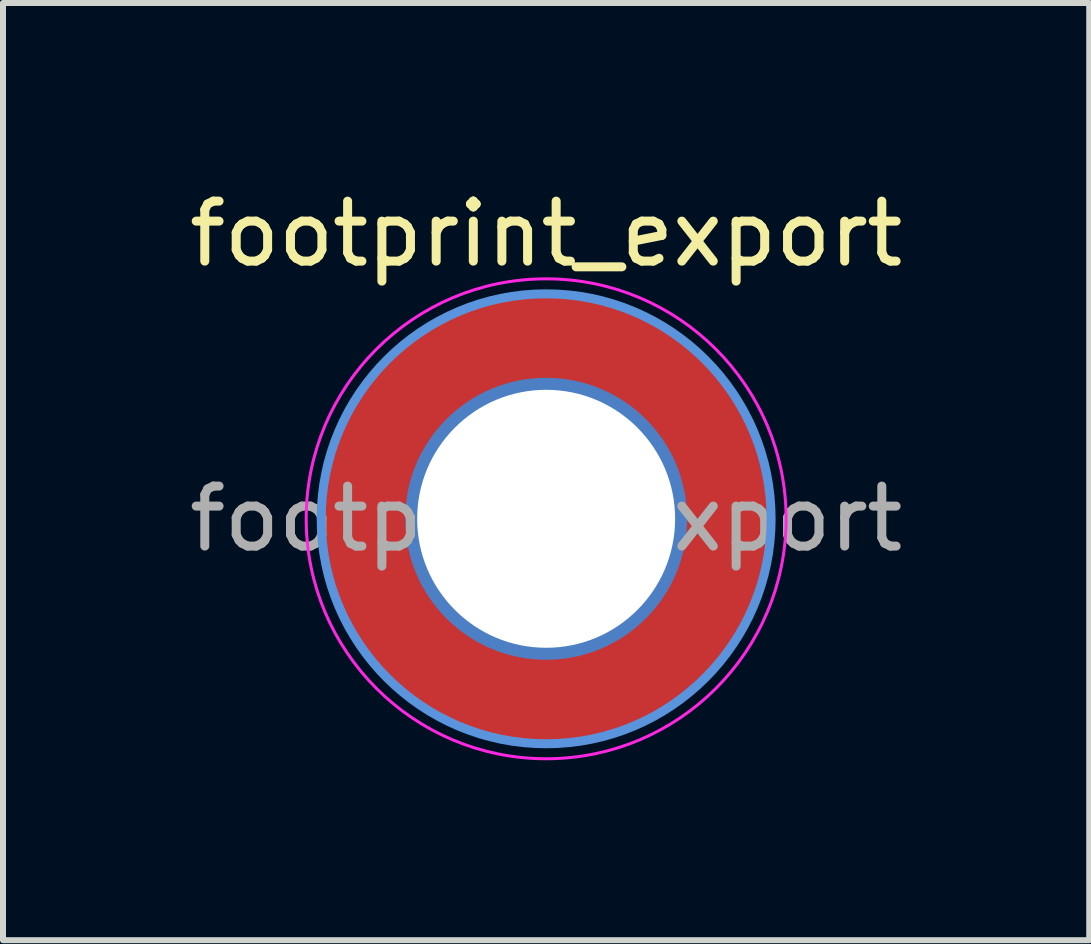
<source format=kicad_pcb>
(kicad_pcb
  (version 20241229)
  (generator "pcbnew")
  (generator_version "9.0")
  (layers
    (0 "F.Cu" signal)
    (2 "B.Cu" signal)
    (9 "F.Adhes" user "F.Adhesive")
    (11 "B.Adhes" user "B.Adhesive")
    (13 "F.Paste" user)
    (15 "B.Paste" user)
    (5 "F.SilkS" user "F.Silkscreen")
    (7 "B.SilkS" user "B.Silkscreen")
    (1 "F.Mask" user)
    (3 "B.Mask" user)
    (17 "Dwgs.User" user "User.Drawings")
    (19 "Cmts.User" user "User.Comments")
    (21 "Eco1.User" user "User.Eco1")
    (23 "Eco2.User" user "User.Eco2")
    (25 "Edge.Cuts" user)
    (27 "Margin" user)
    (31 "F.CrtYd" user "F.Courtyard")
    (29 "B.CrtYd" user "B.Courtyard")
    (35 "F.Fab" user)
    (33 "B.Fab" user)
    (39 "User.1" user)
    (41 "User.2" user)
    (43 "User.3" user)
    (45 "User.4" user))
  (footprint "footprint_export"
    (layer "F.Cu")
    (at 6.054 5.598)
    (property "Reference" "footprint_export" (at 0 -4.75 0) (layer "F.SilkS") (effects (font (size 1 1) (thickness 0.15))))
    (attr exclude_from_pos_files exclude_from_bom)
    (fp_circle (center 0 0) (end 3.75 0) (stroke (width 0.15) (type solid)) (fill no) (layer "Cmts.User"))
    (fp_circle (center 0 0) (end 4 0) (stroke (width 0.05) (type solid)) (fill no) (layer "F.CrtYd"))
    (fp_text user "${REFERENCE}" (at 0 0 0) (layer "F.Fab") (effects (font (size 1 1) (thickness 0.15))))
    (pad "1" thru_hole circle (at 0 0) (size 4.7 4.7) (drill 4.3) (layers "*.Cu" "*.Mask"))
    (pad "1" connect circle (at 0 0) (size 7.5 7.5) (layers "F.Cu" "F.Mask")))
  (gr_rect
    (start -3 -3)
    (end 15.107 12.623)
    (stroke (width 0.1) (type default))
    (fill no)
    (layer "Edge.Cuts")))
</source>
